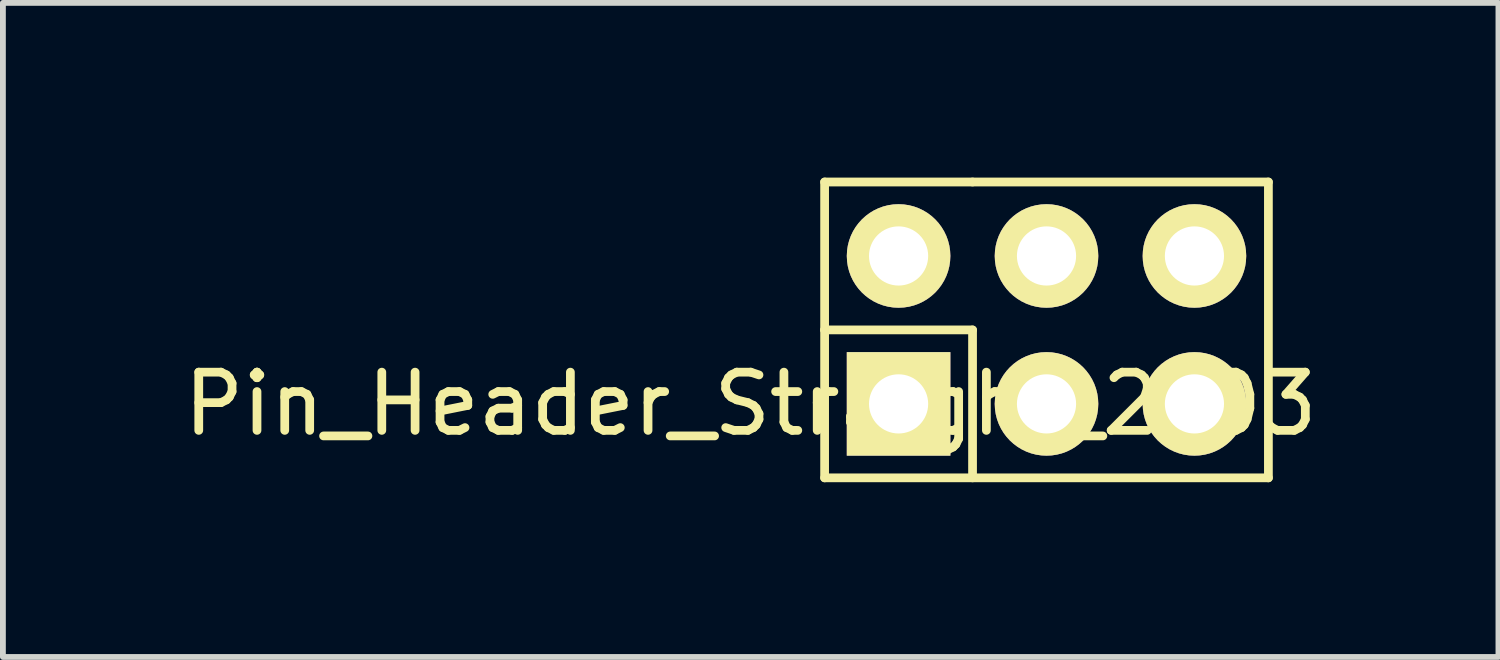
<source format=kicad_pcb>
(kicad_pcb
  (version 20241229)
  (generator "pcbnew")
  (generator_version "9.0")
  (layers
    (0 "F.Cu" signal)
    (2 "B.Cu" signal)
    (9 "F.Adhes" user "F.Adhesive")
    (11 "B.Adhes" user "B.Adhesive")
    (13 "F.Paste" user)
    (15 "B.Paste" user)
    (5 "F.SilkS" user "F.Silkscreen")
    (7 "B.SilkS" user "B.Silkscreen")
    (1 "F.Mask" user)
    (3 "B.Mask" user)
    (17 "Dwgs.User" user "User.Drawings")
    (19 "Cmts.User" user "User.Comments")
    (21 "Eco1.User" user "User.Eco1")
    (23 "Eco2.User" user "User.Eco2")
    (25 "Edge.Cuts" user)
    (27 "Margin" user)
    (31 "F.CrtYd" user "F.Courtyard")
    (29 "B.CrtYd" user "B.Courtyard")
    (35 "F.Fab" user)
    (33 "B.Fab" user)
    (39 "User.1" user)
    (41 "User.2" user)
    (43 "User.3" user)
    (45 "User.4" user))
  (footprint "Pin_Header_Straight_2x03"
    (layer "F.Cu")
    (at 14.919 2.615)
    (property "Reference" "Pin_Header_Straight_2x03" (at -5.08 1.27 0) (layer "F.SilkS") (effects (font (size 1 1) (thickness 0.15))))
    (attr through_hole)
    (fp_line (start -3.81 -2.54) (end -3.81 0) (stroke (width 0.15) (type solid)) (layer "F.SilkS"))
    (fp_line (start -3.81 0) (end -1.27 0) (stroke (width 0.15) (type solid)) (layer "F.SilkS"))
    (fp_line (start -3.81 2.54) (end -3.81 0) (stroke (width 0.15) (type solid)) (layer "F.SilkS"))
    (fp_line (start -3.81 2.54) (end 3.81 2.54) (stroke (width 0.15) (type solid)) (layer "F.SilkS"))
    (fp_line (start -1.27 -2.54) (end -3.81 -2.54) (stroke (width 0.15) (type solid)) (layer "F.SilkS"))
    (fp_line (start -1.27 0) (end -1.27 2.54) (stroke (width 0.15) (type solid)) (layer "F.SilkS"))
    (fp_line (start 3.81 -2.54) (end -1.27 -2.54) (stroke (width 0.15) (type solid)) (layer "F.SilkS"))
    (fp_line (start 3.81 2.54) (end 3.81 -2.54) (stroke (width 0.15) (type solid)) (layer "F.SilkS"))
    (pad "1" thru_hole rect (at -2.54 1.27) (size 1.778 1.778) (drill 1.016) (layers "*.Cu" "*.Mask" "F.SilkS"))
    (pad "2" thru_hole circle (at -2.54 -1.27) (size 1.778 1.778) (drill 1.016) (layers "*.Cu" "*.Mask" "F.SilkS"))
    (pad "3" thru_hole circle (at 0 1.27) (size 1.778 1.778) (drill 1.016) (layers "*.Cu" "*.Mask" "F.SilkS"))
    (pad "4" thru_hole circle (at 0 -1.27) (size 1.778 1.778) (drill 1.016) (layers "*.Cu" "*.Mask" "F.SilkS"))
    (pad "5" thru_hole circle (at 2.54 1.27) (size 1.778 1.778) (drill 1.016) (layers "*.Cu" "*.Mask" "F.SilkS"))
    (pad "6" thru_hole circle (at 2.54 -1.27) (size 1.778 1.778) (drill 1.016) (layers "*.Cu" "*.Mask" "F.SilkS")))
  (gr_rect
    (start -3 -3)
    (end 22.679 8.23)
    (stroke (width 0.1) (type default))
    (fill no)
    (layer "Edge.Cuts")))
</source>
